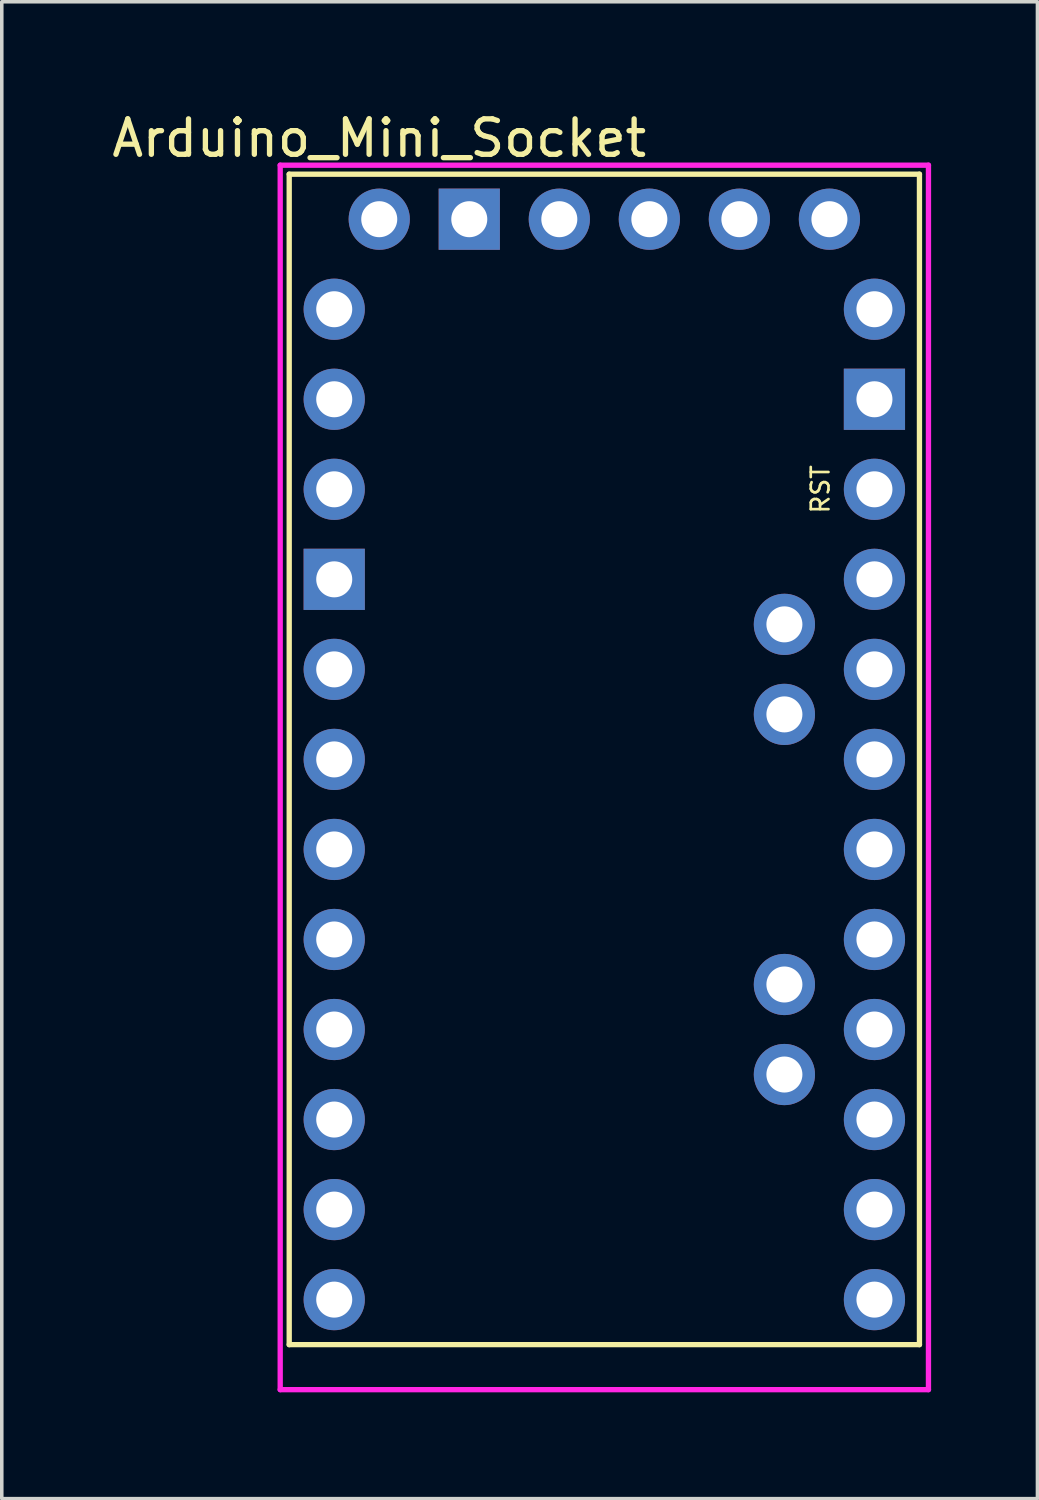
<source format=kicad_pcb>
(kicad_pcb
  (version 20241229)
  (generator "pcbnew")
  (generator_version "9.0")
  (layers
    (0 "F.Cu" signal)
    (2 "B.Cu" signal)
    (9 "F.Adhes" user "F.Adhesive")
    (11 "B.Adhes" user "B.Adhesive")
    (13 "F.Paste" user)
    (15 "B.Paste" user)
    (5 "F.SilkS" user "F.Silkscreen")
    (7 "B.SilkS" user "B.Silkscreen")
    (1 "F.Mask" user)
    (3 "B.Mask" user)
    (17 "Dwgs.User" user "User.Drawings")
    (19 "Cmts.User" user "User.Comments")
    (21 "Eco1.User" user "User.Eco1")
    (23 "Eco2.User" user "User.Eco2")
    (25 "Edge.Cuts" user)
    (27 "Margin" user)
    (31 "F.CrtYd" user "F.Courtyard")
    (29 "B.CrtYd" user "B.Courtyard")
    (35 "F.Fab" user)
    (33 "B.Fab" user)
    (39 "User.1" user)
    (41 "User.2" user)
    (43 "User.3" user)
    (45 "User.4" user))
  (footprint "Arduino_Mini_Socket"
    (layer "F.Cu")
    (at 5.109 32.344)
    (property "Reference" "Arduino_Mini_Socket" (at 2.54 -31.496 0) (layer "F.SilkS") (effects (font (size 1 1) (thickness 0.15))))
    (attr through_hole)
    (fp_line (start 0 -30.48) (end 17.78 -30.48) (stroke (width 0.15) (type solid)) (layer "F.SilkS"))
    (fp_line (start 0 2.54) (end 0 -30.48) (stroke (width 0.15) (type solid)) (layer "F.SilkS"))
    (fp_line (start 17.78 -30.48) (end 17.78 2.54) (stroke (width 0.15) (type solid)) (layer "F.SilkS"))
    (fp_line (start 17.78 2.54) (end 0 2.54) (stroke (width 0.15) (type solid)) (layer "F.SilkS"))
    (fp_line (start -0.254 -30.734) (end 18.034 -30.734) (stroke (width 0.15) (type solid)) (layer "F.CrtYd"))
    (fp_line (start -0.254 3.81) (end -0.254 -30.734) (stroke (width 0.15) (type solid)) (layer "F.CrtYd"))
    (fp_line (start 18.034 -30.734) (end 18.034 3.81) (stroke (width 0.15) (type solid)) (layer "F.CrtYd"))
    (fp_line (start 18.034 3.81) (end -0.254 3.81) (stroke (width 0.15) (type solid)) (layer "F.CrtYd"))
    (fp_text user "RST" (at 14.986 -21.59 90) (layer "F.SilkS") (effects (font (size 0.5 0.5) (thickness 0.075))))
    (pad "5V12V" thru_hole circle (at 16.51 -26.67) (size 1.727 1.727) (drill 1.016) (layers "*.Cu" "*.Mask"))
    (pad "A4" thru_hole circle (at 13.97 -17.78) (size 1.727 1.727) (drill 1.016) (layers "*.Cu" "*.Mask"))
    (pad "A5" thru_hole circle (at 13.97 -15.24) (size 1.727 1.727) (drill 1.016) (layers "*.Cu" "*.Mask"))
    (pad "A6" thru_hole circle (at 13.97 -5.08) (size 1.727 1.727) (drill 1.016) (layers "*.Cu" "*.Mask"))
    (pad "A7" thru_hole circle (at 13.97 -7.62) (size 1.727 1.727) (drill 1.016) (layers "*.Cu" "*.Mask"))
    (pad "BLK" thru_hole circle (at 2.54 -29.21) (size 1.727 1.727) (drill 1.016) (layers "*.Cu" "*.Mask"))
    (pad "D0" thru_hole circle (at 1.27 -24.13) (size 1.727 1.727) (drill 1.016) (layers "*.Cu" "*.Mask"))
    (pad "D1" thru_hole circle (at 1.27 -26.67) (size 1.727 1.727) (drill 1.016) (layers "*.Cu" "*.Mask"))
    (pad "GND1" thru_hole rect (at 5.08 -29.21) (size 1.727 1.727) (drill 1.016) (layers "*.Cu" "*.Mask"))
    (pad "GND2" thru_hole rect (at 1.27 -19.05) (size 1.727 1.727) (drill 1.016) (layers "*.Cu" "*.Mask"))
    (pad "GND3" thru_hole rect (at 16.51 -24.13) (size 1.727 1.727) (drill 1.016) (layers "*.Cu" "*.Mask"))
    (pad "GRN" thru_hole circle (at 15.24 -29.21) (size 1.727 1.727) (drill 1.016) (layers "*.Cu" "*.Mask"))
    (pad "LPC6" thru_hole circle (at 1.27 -21.59 180) (size 1.727 1.727) (drill 1.016) (layers "*.Cu" "*.Mask"))
    (pad "PB2" thru_hole circle (at 16.51 1.27) (size 1.727 1.727) (drill 1.016) (layers "*.Cu" "*.Mask"))
    (pad "PB3" thru_hole circle (at 16.51 -1.27) (size 1.727 1.727) (drill 1.016) (layers "*.Cu" "*.Mask"))
    (pad "PB4" thru_hole circle (at 16.51 -3.81) (size 1.727 1.727) (drill 1.016) (layers "*.Cu" "*.Mask"))
    (pad "PB5" thru_hole circle (at 16.51 -6.35) (size 1.727 1.727) (drill 1.016) (layers "*.Cu" "*.Mask"))
    (pad "PC0" thru_hole circle (at 16.51 -8.89) (size 1.727 1.727) (drill 1.016) (layers "*.Cu" "*.Mask"))
    (pad "PC1" thru_hole circle (at 16.51 -11.43) (size 1.727 1.727) (drill 1.016) (layers "*.Cu" "*.Mask"))
    (pad "PC2" thru_hole circle (at 16.51 -13.97) (size 1.727 1.727) (drill 1.016) (layers "*.Cu" "*.Mask"))
    (pad "PC3" thru_hole circle (at 16.51 -16.51) (size 1.727 1.727) (drill 1.016) (layers "*.Cu" "*.Mask"))
    (pad "PC6" thru_hole circle (at 16.51 -21.59) (size 1.727 1.727) (drill 1.016) (layers "*.Cu" "*.Mask"))
    (pad "PD2" thru_hole circle (at 1.27 -16.51) (size 1.727 1.727) (drill 1.016) (layers "*.Cu" "*.Mask"))
    (pad "PD3" thru_hole circle (at 1.27 -13.97) (size 1.727 1.727) (drill 1.016) (layers "*.Cu" "*.Mask"))
    (pad "PD4" thru_hole circle (at 1.27 -11.43) (size 1.727 1.727) (drill 1.016) (layers "*.Cu" "*.Mask"))
    (pad "PD5" thru_hole circle (at 1.27 -8.89) (size 1.727 1.727) (drill 1.016) (layers "*.Cu" "*.Mask"))
    (pad "PD6" thru_hole circle (at 1.27 -6.35) (size 1.727 1.727) (drill 1.016) (layers "*.Cu" "*.Mask"))
    (pad "PD7" thru_hole circle (at 1.27 -3.81) (size 1.727 1.727) (drill 1.016) (layers "*.Cu" "*.Mask"))
    (pad "PD8" thru_hole circle (at 1.27 -1.27) (size 1.727 1.727) (drill 1.016) (layers "*.Cu" "*.Mask"))
    (pad "PD9" thru_hole circle (at 1.27 1.27) (size 1.727 1.727) (drill 1.016) (layers "*.Cu" "*.Mask"))
    (pad "PVIN" thru_hole circle (at 7.62 -29.21) (size 1.727 1.727) (drill 1.016) (layers "*.Cu" "*.Mask"))
    (pad "RX" thru_hole circle (at 10.16 -29.21) (size 1.727 1.727) (drill 1.016) (layers "*.Cu" "*.Mask"))
    (pad "TX" thru_hole circle (at 12.7 -29.21) (size 1.727 1.727) (drill 1.016) (layers "*.Cu" "*.Mask"))
    (pad "VIN" thru_hole circle (at 16.51 -19.05) (size 1.727 1.727) (drill 1.016) (layers "*.Cu" "*.Mask")))
  (gr_rect
    (start -3 -3)
    (end 26.218 39.229)
    (stroke (width 0.1) (type default))
    (fill no)
    (layer "Edge.Cuts")))
</source>
